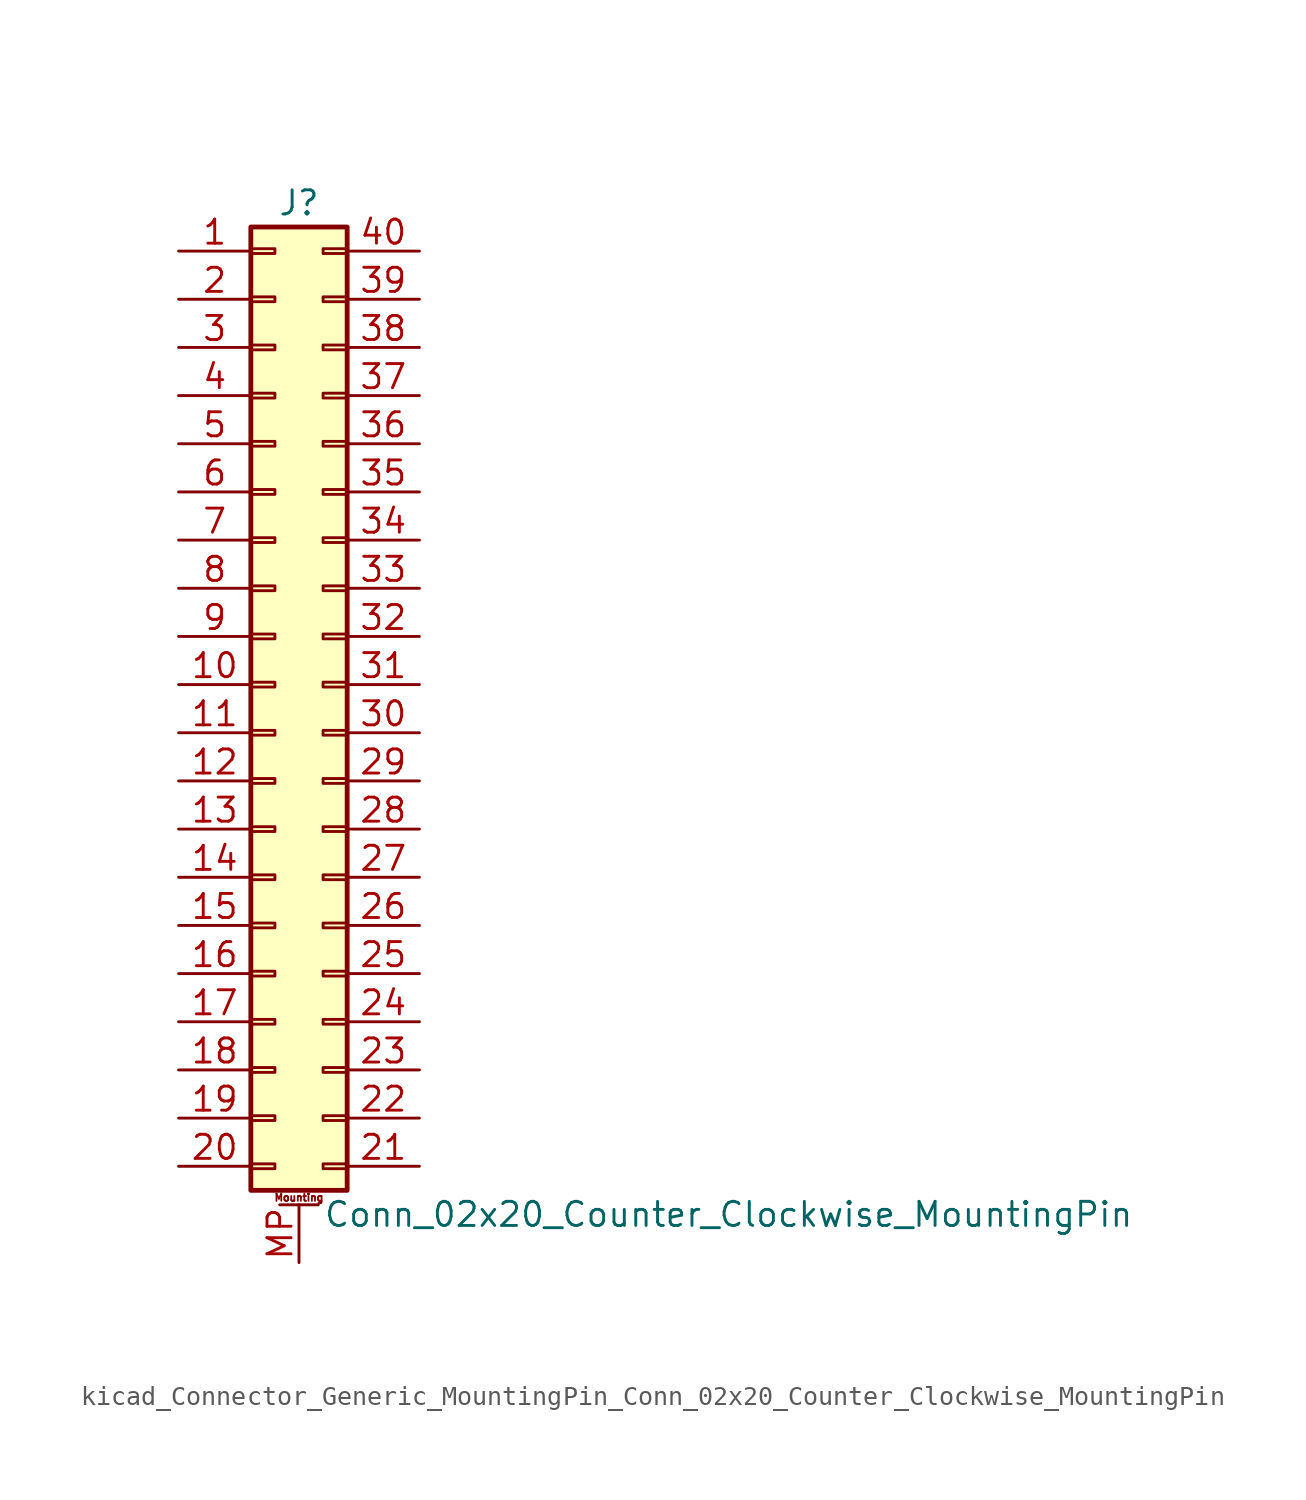
<source format=kicad_sym>
(kicad_symbol_lib
  (version 20220914)
  (generator kicad_symbol_editor)
  (symbol "kicad_Connector_Generic_MountingPin_Conn_02x20_Counter_Clockwise_MountingPin"
    (pin_names
      (offset 1.016) hide)
    (property "Reference" "J"
      (at 1.27 25.4 0)
      (effects (font (size 1.27 1.27))))
    (property "Value" "Conn_02x20_Counter_Clockwise_MountingPin"
      (at 2.54 -27.94 0)
      (effects (font (size 1.27 1.27)) (justify left)))
    (symbol "kicad_Connector_Generic_MountingPin_Conn_02x20_Counter_Clockwise_MountingPin_1_1"
      (rectangle (start -1.27 -25.273) (end 0 -25.527) (stroke (width 0.152) (type default)) (fill (type none)))
      (rectangle (start -1.27 -22.733) (end 0 -22.987) (stroke (width 0.152) (type default)) (fill (type none)))
      (rectangle (start -1.27 -20.193) (end 0 -20.447) (stroke (width 0.152) (type default)) (fill (type none)))
      (rectangle (start -1.27 -17.653) (end 0 -17.907) (stroke (width 0.152) (type default)) (fill (type none)))
      (rectangle (start -1.27 -15.113) (end 0 -15.367) (stroke (width 0.152) (type default)) (fill (type none)))
      (rectangle (start -1.27 -12.573) (end 0 -12.827) (stroke (width 0.152) (type default)) (fill (type none)))
      (rectangle (start -1.27 -10.033) (end 0 -10.287) (stroke (width 0.152) (type default)) (fill (type none)))
      (rectangle (start -1.27 -7.493) (end 0 -7.747) (stroke (width 0.152) (type default)) (fill (type none)))
      (rectangle (start -1.27 -4.953) (end 0 -5.207) (stroke (width 0.152) (type default)) (fill (type none)))
      (rectangle (start -1.27 -2.413) (end 0 -2.667) (stroke (width 0.152) (type default)) (fill (type none)))
      (rectangle (start -1.27 0.127) (end 0 -0.127) (stroke (width 0.152) (type default)) (fill (type none)))
      (rectangle (start -1.27 2.667) (end 0 2.413) (stroke (width 0.152) (type default)) (fill (type none)))
      (rectangle (start -1.27 5.207) (end 0 4.953) (stroke (width 0.152) (type default)) (fill (type none)))
      (rectangle (start -1.27 7.747) (end 0 7.493) (stroke (width 0.152) (type default)) (fill (type none)))
      (rectangle (start -1.27 10.287) (end 0 10.033) (stroke (width 0.152) (type default)) (fill (type none)))
      (rectangle (start -1.27 12.827) (end 0 12.573) (stroke (width 0.152) (type default)) (fill (type none)))
      (rectangle (start -1.27 15.367) (end 0 15.113) (stroke (width 0.152) (type default)) (fill (type none)))
      (rectangle (start -1.27 17.907) (end 0 17.653) (stroke (width 0.152) (type default)) (fill (type none)))
      (rectangle (start -1.27 20.447) (end 0 20.193) (stroke (width 0.152) (type default)) (fill (type none)))
      (rectangle (start -1.27 22.987) (end 0 22.733) (stroke (width 0.152) (type default)) (fill (type none)))
      (rectangle (start -1.27 24.13) (end 3.81 -26.67) (stroke (width 0.254) (type default)) (fill (type background)))
      (polyline (pts (xy 0.254 -27.432) (xy 2.286 -27.432)) (stroke (width 0.152) (type default)) (fill (type none)))
      (rectangle (start 3.81 -25.273) (end 2.54 -25.527) (stroke (width 0.152) (type default)) (fill (type none)))
      (rectangle (start 3.81 -22.733) (end 2.54 -22.987) (stroke (width 0.152) (type default)) (fill (type none)))
      (rectangle (start 3.81 -20.193) (end 2.54 -20.447) (stroke (width 0.152) (type default)) (fill (type none)))
      (rectangle (start 3.81 -17.653) (end 2.54 -17.907) (stroke (width 0.152) (type default)) (fill (type none)))
      (rectangle (start 3.81 -15.113) (end 2.54 -15.367) (stroke (width 0.152) (type default)) (fill (type none)))
      (rectangle (start 3.81 -12.573) (end 2.54 -12.827) (stroke (width 0.152) (type default)) (fill (type none)))
      (rectangle (start 3.81 -10.033) (end 2.54 -10.287) (stroke (width 0.152) (type default)) (fill (type none)))
      (rectangle (start 3.81 -7.493) (end 2.54 -7.747) (stroke (width 0.152) (type default)) (fill (type none)))
      (rectangle (start 3.81 -4.953) (end 2.54 -5.207) (stroke (width 0.152) (type default)) (fill (type none)))
      (rectangle (start 3.81 -2.413) (end 2.54 -2.667) (stroke (width 0.152) (type default)) (fill (type none)))
      (rectangle (start 3.81 0.127) (end 2.54 -0.127) (stroke (width 0.152) (type default)) (fill (type none)))
      (rectangle (start 3.81 2.667) (end 2.54 2.413) (stroke (width 0.152) (type default)) (fill (type none)))
      (rectangle (start 3.81 5.207) (end 2.54 4.953) (stroke (width 0.152) (type default)) (fill (type none)))
      (rectangle (start 3.81 7.747) (end 2.54 7.493) (stroke (width 0.152) (type default)) (fill (type none)))
      (rectangle (start 3.81 10.287) (end 2.54 10.033) (stroke (width 0.152) (type default)) (fill (type none)))
      (rectangle (start 3.81 12.827) (end 2.54 12.573) (stroke (width 0.152) (type default)) (fill (type none)))
      (rectangle (start 3.81 15.367) (end 2.54 15.113) (stroke (width 0.152) (type default)) (fill (type none)))
      (rectangle (start 3.81 17.907) (end 2.54 17.653) (stroke (width 0.152) (type default)) (fill (type none)))
      (rectangle (start 3.81 20.447) (end 2.54 20.193) (stroke (width 0.152) (type default)) (fill (type none)))
      (rectangle (start 3.81 22.987) (end 2.54 22.733) (stroke (width 0.152) (type default)) (fill (type none)))
      (text "Mounting" (at 1.27 -27.051 0) (effects (font (size 0.381 0.381))))
      (pin passive line (at -5.08 22.86 0) (length 3.81) (name "Pin_1" (effects (font (size 1.27 1.27)))) (number "1" (effects (font (size 1.27 1.27)))))
      (pin passive line (at -5.08 0 0) (length 3.81) (name "Pin_10" (effects (font (size 1.27 1.27)))) (number "10" (effects (font (size 1.27 1.27)))))
      (pin passive line (at -5.08 -2.54 0) (length 3.81) (name "Pin_11" (effects (font (size 1.27 1.27)))) (number "11" (effects (font (size 1.27 1.27)))))
      (pin passive line (at -5.08 -5.08 0) (length 3.81) (name "Pin_12" (effects (font (size 1.27 1.27)))) (number "12" (effects (font (size 1.27 1.27)))))
      (pin passive line (at -5.08 -7.62 0) (length 3.81) (name "Pin_13" (effects (font (size 1.27 1.27)))) (number "13" (effects (font (size 1.27 1.27)))))
      (pin passive line (at -5.08 -10.16 0) (length 3.81) (name "Pin_14" (effects (font (size 1.27 1.27)))) (number "14" (effects (font (size 1.27 1.27)))))
      (pin passive line (at -5.08 -12.7 0) (length 3.81) (name "Pin_15" (effects (font (size 1.27 1.27)))) (number "15" (effects (font (size 1.27 1.27)))))
      (pin passive line (at -5.08 -15.24 0) (length 3.81) (name "Pin_16" (effects (font (size 1.27 1.27)))) (number "16" (effects (font (size 1.27 1.27)))))
      (pin passive line (at -5.08 -17.78 0) (length 3.81) (name "Pin_17" (effects (font (size 1.27 1.27)))) (number "17" (effects (font (size 1.27 1.27)))))
      (pin passive line (at -5.08 -20.32 0) (length 3.81) (name "Pin_18" (effects (font (size 1.27 1.27)))) (number "18" (effects (font (size 1.27 1.27)))))
      (pin passive line (at -5.08 -22.86 0) (length 3.81) (name "Pin_19" (effects (font (size 1.27 1.27)))) (number "19" (effects (font (size 1.27 1.27)))))
      (pin passive line (at -5.08 20.32 0) (length 3.81) (name "Pin_2" (effects (font (size 1.27 1.27)))) (number "2" (effects (font (size 1.27 1.27)))))
      (pin passive line (at -5.08 -25.4 0) (length 3.81) (name "Pin_20" (effects (font (size 1.27 1.27)))) (number "20" (effects (font (size 1.27 1.27)))))
      (pin passive line (at 7.62 -25.4 180) (length 3.81) (name "Pin_21" (effects (font (size 1.27 1.27)))) (number "21" (effects (font (size 1.27 1.27)))))
      (pin passive line (at 7.62 -22.86 180) (length 3.81) (name "Pin_22" (effects (font (size 1.27 1.27)))) (number "22" (effects (font (size 1.27 1.27)))))
      (pin passive line (at 7.62 -20.32 180) (length 3.81) (name "Pin_23" (effects (font (size 1.27 1.27)))) (number "23" (effects (font (size 1.27 1.27)))))
      (pin passive line (at 7.62 -17.78 180) (length 3.81) (name "Pin_24" (effects (font (size 1.27 1.27)))) (number "24" (effects (font (size 1.27 1.27)))))
      (pin passive line (at 7.62 -15.24 180) (length 3.81) (name "Pin_25" (effects (font (size 1.27 1.27)))) (number "25" (effects (font (size 1.27 1.27)))))
      (pin passive line (at 7.62 -12.7 180) (length 3.81) (name "Pin_26" (effects (font (size 1.27 1.27)))) (number "26" (effects (font (size 1.27 1.27)))))
      (pin passive line (at 7.62 -10.16 180) (length 3.81) (name "Pin_27" (effects (font (size 1.27 1.27)))) (number "27" (effects (font (size 1.27 1.27)))))
      (pin passive line (at 7.62 -7.62 180) (length 3.81) (name "Pin_28" (effects (font (size 1.27 1.27)))) (number "28" (effects (font (size 1.27 1.27)))))
      (pin passive line (at 7.62 -5.08 180) (length 3.81) (name "Pin_29" (effects (font (size 1.27 1.27)))) (number "29" (effects (font (size 1.27 1.27)))))
      (pin passive line (at -5.08 17.78 0) (length 3.81) (name "Pin_3" (effects (font (size 1.27 1.27)))) (number "3" (effects (font (size 1.27 1.27)))))
      (pin passive line (at 7.62 -2.54 180) (length 3.81) (name "Pin_30" (effects (font (size 1.27 1.27)))) (number "30" (effects (font (size 1.27 1.27)))))
      (pin passive line (at 7.62 0 180) (length 3.81) (name "Pin_31" (effects (font (size 1.27 1.27)))) (number "31" (effects (font (size 1.27 1.27)))))
      (pin passive line (at 7.62 2.54 180) (length 3.81) (name "Pin_32" (effects (font (size 1.27 1.27)))) (number "32" (effects (font (size 1.27 1.27)))))
      (pin passive line (at 7.62 5.08 180) (length 3.81) (name "Pin_33" (effects (font (size 1.27 1.27)))) (number "33" (effects (font (size 1.27 1.27)))))
      (pin passive line (at 7.62 7.62 180) (length 3.81) (name "Pin_34" (effects (font (size 1.27 1.27)))) (number "34" (effects (font (size 1.27 1.27)))))
      (pin passive line (at 7.62 10.16 180) (length 3.81) (name "Pin_35" (effects (font (size 1.27 1.27)))) (number "35" (effects (font (size 1.27 1.27)))))
      (pin passive line (at 7.62 12.7 180) (length 3.81) (name "Pin_36" (effects (font (size 1.27 1.27)))) (number "36" (effects (font (size 1.27 1.27)))))
      (pin passive line (at 7.62 15.24 180) (length 3.81) (name "Pin_37" (effects (font (size 1.27 1.27)))) (number "37" (effects (font (size 1.27 1.27)))))
      (pin passive line (at 7.62 17.78 180) (length 3.81) (name "Pin_38" (effects (font (size 1.27 1.27)))) (number "38" (effects (font (size 1.27 1.27)))))
      (pin passive line (at 7.62 20.32 180) (length 3.81) (name "Pin_39" (effects (font (size 1.27 1.27)))) (number "39" (effects (font (size 1.27 1.27)))))
      (pin passive line (at -5.08 15.24 0) (length 3.81) (name "Pin_4" (effects (font (size 1.27 1.27)))) (number "4" (effects (font (size 1.27 1.27)))))
      (pin passive line (at 7.62 22.86 180) (length 3.81) (name "Pin_40" (effects (font (size 1.27 1.27)))) (number "40" (effects (font (size 1.27 1.27)))))
      (pin passive line (at -5.08 12.7 0) (length 3.81) (name "Pin_5" (effects (font (size 1.27 1.27)))) (number "5" (effects (font (size 1.27 1.27)))))
      (pin passive line (at -5.08 10.16 0) (length 3.81) (name "Pin_6" (effects (font (size 1.27 1.27)))) (number "6" (effects (font (size 1.27 1.27)))))
      (pin passive line (at -5.08 7.62 0) (length 3.81) (name "Pin_7" (effects (font (size 1.27 1.27)))) (number "7" (effects (font (size 1.27 1.27)))))
      (pin passive line (at -5.08 5.08 0) (length 3.81) (name "Pin_8" (effects (font (size 1.27 1.27)))) (number "8" (effects (font (size 1.27 1.27)))))
      (pin passive line (at -5.08 2.54 0) (length 3.81) (name "Pin_9" (effects (font (size 1.27 1.27)))) (number "9" (effects (font (size 1.27 1.27)))))
      (pin passive line (at 1.27 -30.48 90) (length 3.048) (name "MountPin" (effects (font (size 1.27 1.27)))) (number "MP" (effects (font (size 1.27 1.27))))))))
</source>
